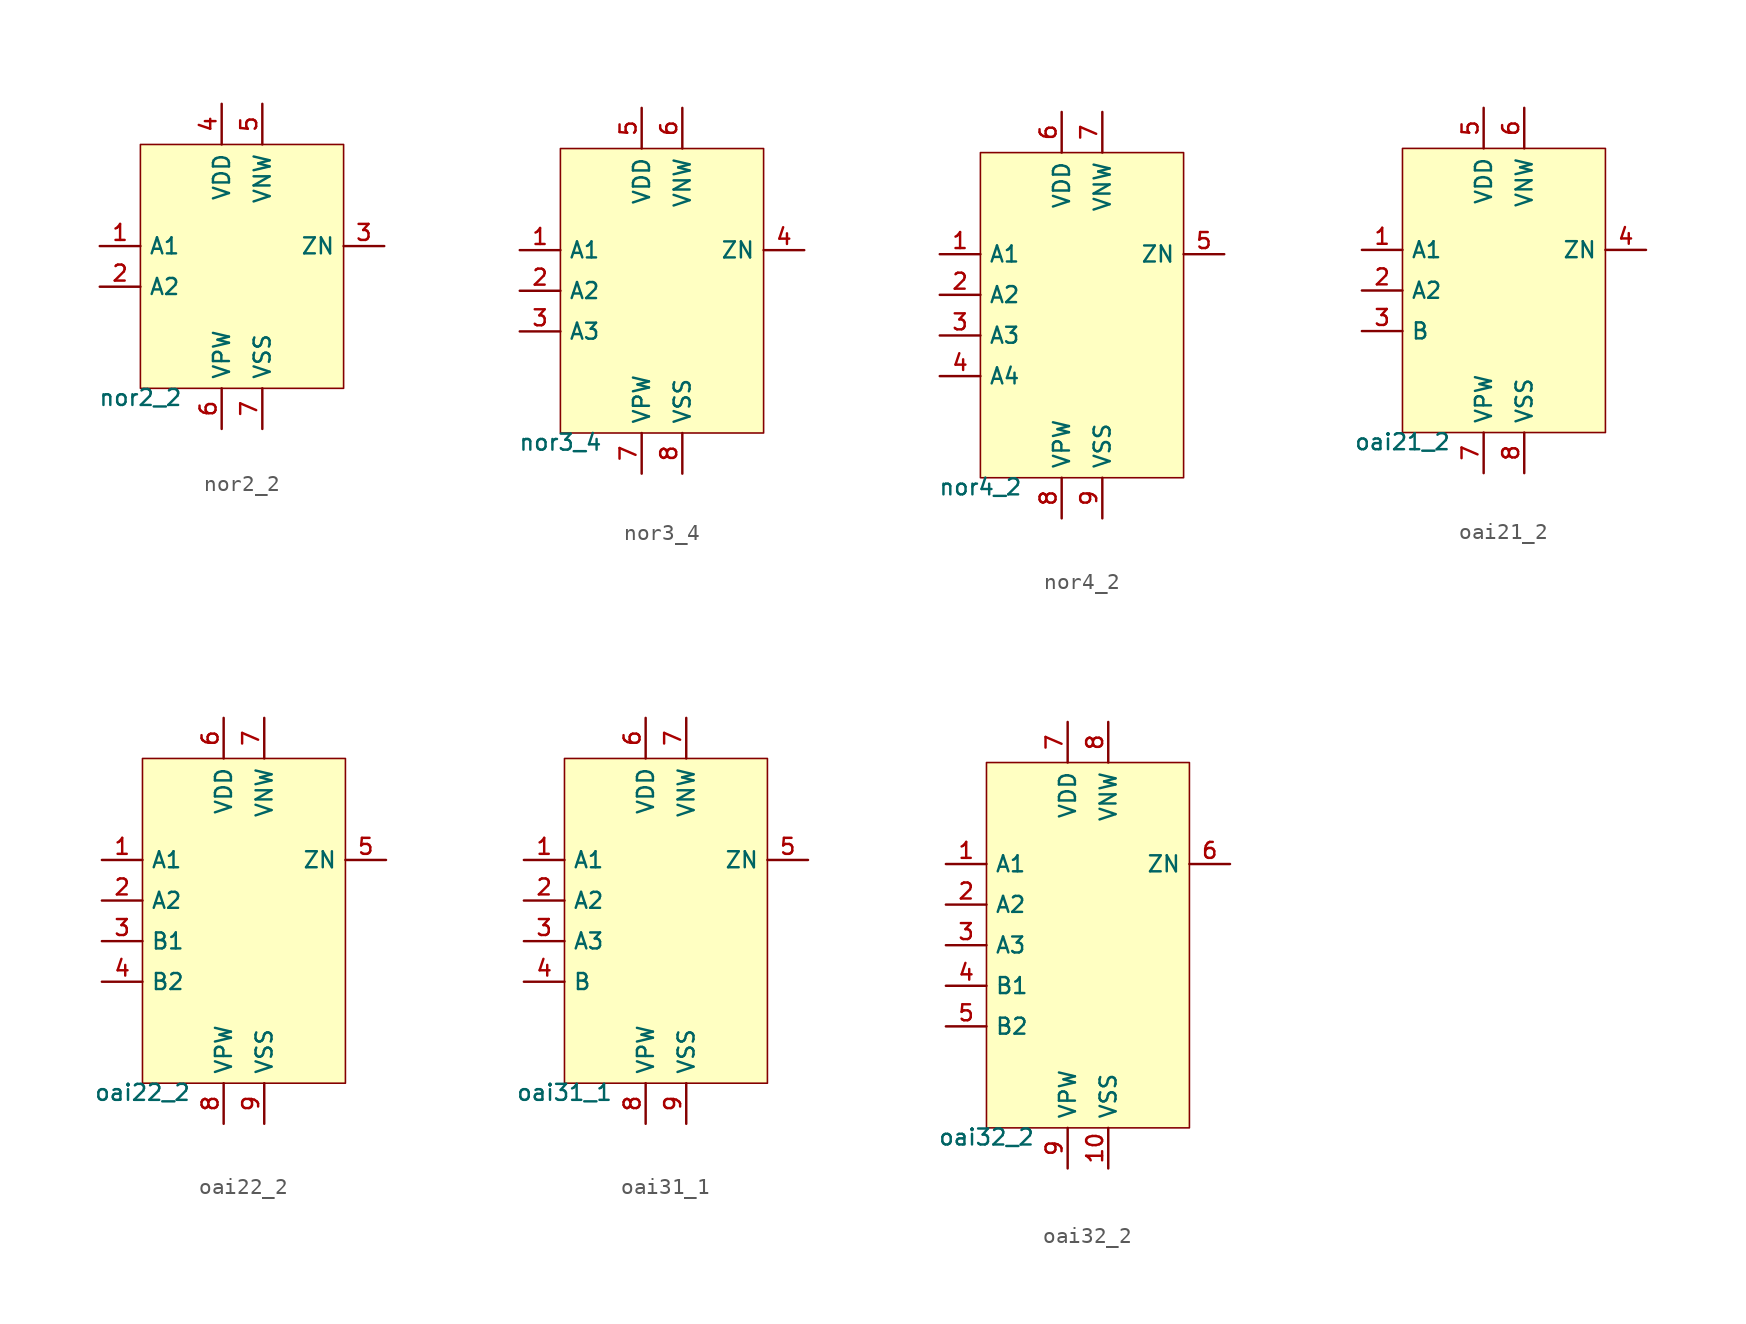
<source format=kicad_sym>
(kicad_symbol_lib
  (version 20211014)
  (generator pdk2kicad)
  (symbol "nor2_2"
    (property "Reference" "X"
      (at 0 0 0)
      (effects (font (size 1 1)) hide))
    (property "Value" "nor2_2"
      (at -6.35 -7.62 0)
      (effects (font (size 1 1)) (justify top)))
    (rectangle
      (start -6.35 -7.62)
      (end 6.35 7.62)
      (stroke (width 0.1) (type solid) (color 0 0 0 0))
      (fill (type background)))
    (pin input line
      (at -8.89 1.27 0)
      (length 2.54)
      (name "A1" (effects (font (size 1 1)) hide))
      (number "1" (effects (font (size 1 1)) hide)))
    (pin input line
      (at -8.89 -1.27 0)
      (length 2.54)
      (name "A2" (effects (font (size 1 1)) hide))
      (number "2" (effects (font (size 1 1)) hide)))
    (pin output line
      (at 8.89 1.27 180)
      (length 2.54)
      (name "ZN" (effects (font (size 1 1)) hide))
      (number "3" (effects (font (size 1 1)) hide)))
    (pin power_in line
      (at -1.27 10.16 270)
      (length 2.54)
      (name "VDD" (effects (font (size 1 1)) hide))
      (number "4" (effects (font (size 1 1)) hide)))
    (pin power_in line
      (at 1.27 10.16 270)
      (length 2.54)
      (name "VNW" (effects (font (size 1 1)) hide))
      (number "5" (effects (font (size 1 1)) hide)))
    (pin power_in line
      (at -1.27 -10.16 90)
      (length 2.54)
      (name "VPW" (effects (font (size 1 1)) hide))
      (number "6" (effects (font (size 1 1)) hide)))
    (pin power_in line
      (at 1.27 -10.16 90)
      (length 2.54)
      (name "VSS" (effects (font (size 1 1)) hide))
      (number "7" (effects (font (size 1 1)) hide))))
  (symbol "nor3_4"
    (property "Reference" "X"
      (at 0 0 0)
      (effects (font (size 1 1)) hide))
    (property "Value" "nor3_4"
      (at -6.35 -8.89 0)
      (effects (font (size 1 1)) (justify top)))
    (rectangle
      (start -6.35 -8.89)
      (end 6.35 8.89)
      (stroke (width 0.1) (type solid) (color 0 0 0 0))
      (fill (type background)))
    (pin input line
      (at -8.89 2.54 0)
      (length 2.54)
      (name "A1" (effects (font (size 1 1)) hide))
      (number "1" (effects (font (size 1 1)) hide)))
    (pin input line
      (at -8.89 4.440892098500626e-16 0)
      (length 2.54)
      (name "A2" (effects (font (size 1 1)) hide))
      (number "2" (effects (font (size 1 1)) hide)))
    (pin input line
      (at -8.89 -2.54 0)
      (length 2.54)
      (name "A3" (effects (font (size 1 1)) hide))
      (number "3" (effects (font (size 1 1)) hide)))
    (pin output line
      (at 8.89 2.54 180)
      (length 2.54)
      (name "ZN" (effects (font (size 1 1)) hide))
      (number "4" (effects (font (size 1 1)) hide)))
    (pin power_in line
      (at -1.27 11.43 270)
      (length 2.54)
      (name "VDD" (effects (font (size 1 1)) hide))
      (number "5" (effects (font (size 1 1)) hide)))
    (pin power_in line
      (at 1.27 11.43 270)
      (length 2.54)
      (name "VNW" (effects (font (size 1 1)) hide))
      (number "6" (effects (font (size 1 1)) hide)))
    (pin power_in line
      (at -1.27 -11.43 90)
      (length 2.54)
      (name "VPW" (effects (font (size 1 1)) hide))
      (number "7" (effects (font (size 1 1)) hide)))
    (pin power_in line
      (at 1.27 -11.43 90)
      (length 2.54)
      (name "VSS" (effects (font (size 1 1)) hide))
      (number "8" (effects (font (size 1 1)) hide))))
  (symbol "nor4_2"
    (property "Reference" "X"
      (at 0 0 0)
      (effects (font (size 1 1)) hide))
    (property "Value" "nor4_2"
      (at -6.35 -10.16 0)
      (effects (font (size 1 1)) (justify top)))
    (rectangle
      (start -6.35 -10.16)
      (end 6.35 10.16)
      (stroke (width 0.1) (type solid) (color 0 0 0 0))
      (fill (type background)))
    (pin input line
      (at -8.89 3.81 0)
      (length 2.54)
      (name "A1" (effects (font (size 1 1)) hide))
      (number "1" (effects (font (size 1 1)) hide)))
    (pin input line
      (at -8.89 1.27 0)
      (length 2.54)
      (name "A2" (effects (font (size 1 1)) hide))
      (number "2" (effects (font (size 1 1)) hide)))
    (pin input line
      (at -8.89 -1.27 0)
      (length 2.54)
      (name "A3" (effects (font (size 1 1)) hide))
      (number "3" (effects (font (size 1 1)) hide)))
    (pin input line
      (at -8.89 -3.81 0)
      (length 2.54)
      (name "A4" (effects (font (size 1 1)) hide))
      (number "4" (effects (font (size 1 1)) hide)))
    (pin output line
      (at 8.89 3.81 180)
      (length 2.54)
      (name "ZN" (effects (font (size 1 1)) hide))
      (number "5" (effects (font (size 1 1)) hide)))
    (pin power_in line
      (at -1.27 12.7 270)
      (length 2.54)
      (name "VDD" (effects (font (size 1 1)) hide))
      (number "6" (effects (font (size 1 1)) hide)))
    (pin power_in line
      (at 1.27 12.7 270)
      (length 2.54)
      (name "VNW" (effects (font (size 1 1)) hide))
      (number "7" (effects (font (size 1 1)) hide)))
    (pin power_in line
      (at -1.27 -12.7 90)
      (length 2.54)
      (name "VPW" (effects (font (size 1 1)) hide))
      (number "8" (effects (font (size 1 1)) hide)))
    (pin power_in line
      (at 1.27 -12.7 90)
      (length 2.54)
      (name "VSS" (effects (font (size 1 1)) hide))
      (number "9" (effects (font (size 1 1)) hide))))
  (symbol "oai21_2"
    (property "Reference" "X"
      (at 0 0 0)
      (effects (font (size 1 1)) hide))
    (property "Value" "oai21_2"
      (at -6.35 -8.89 0)
      (effects (font (size 1 1)) (justify top)))
    (rectangle
      (start -6.35 -8.89)
      (end 6.35 8.89)
      (stroke (width 0.1) (type solid) (color 0 0 0 0))
      (fill (type background)))
    (pin input line
      (at -8.89 2.54 0)
      (length 2.54)
      (name "A1" (effects (font (size 1 1)) hide))
      (number "1" (effects (font (size 1 1)) hide)))
    (pin input line
      (at -8.89 4.440892098500626e-16 0)
      (length 2.54)
      (name "A2" (effects (font (size 1 1)) hide))
      (number "2" (effects (font (size 1 1)) hide)))
    (pin input line
      (at -8.89 -2.54 0)
      (length 2.54)
      (name "B" (effects (font (size 1 1)) hide))
      (number "3" (effects (font (size 1 1)) hide)))
    (pin output line
      (at 8.89 2.54 180)
      (length 2.54)
      (name "ZN" (effects (font (size 1 1)) hide))
      (number "4" (effects (font (size 1 1)) hide)))
    (pin power_in line
      (at -1.27 11.43 270)
      (length 2.54)
      (name "VDD" (effects (font (size 1 1)) hide))
      (number "5" (effects (font (size 1 1)) hide)))
    (pin power_in line
      (at 1.27 11.43 270)
      (length 2.54)
      (name "VNW" (effects (font (size 1 1)) hide))
      (number "6" (effects (font (size 1 1)) hide)))
    (pin power_in line
      (at -1.27 -11.43 90)
      (length 2.54)
      (name "VPW" (effects (font (size 1 1)) hide))
      (number "7" (effects (font (size 1 1)) hide)))
    (pin power_in line
      (at 1.27 -11.43 90)
      (length 2.54)
      (name "VSS" (effects (font (size 1 1)) hide))
      (number "8" (effects (font (size 1 1)) hide))))
  (symbol "oai22_2"
    (property "Reference" "X"
      (at 0 0 0)
      (effects (font (size 1 1)) hide))
    (property "Value" "oai22_2"
      (at -6.35 -10.16 0)
      (effects (font (size 1 1)) (justify top)))
    (rectangle
      (start -6.35 -10.16)
      (end 6.35 10.16)
      (stroke (width 0.1) (type solid) (color 0 0 0 0))
      (fill (type background)))
    (pin input line
      (at -8.89 3.81 0)
      (length 2.54)
      (name "A1" (effects (font (size 1 1)) hide))
      (number "1" (effects (font (size 1 1)) hide)))
    (pin input line
      (at -8.89 1.27 0)
      (length 2.54)
      (name "A2" (effects (font (size 1 1)) hide))
      (number "2" (effects (font (size 1 1)) hide)))
    (pin input line
      (at -8.89 -1.27 0)
      (length 2.54)
      (name "B1" (effects (font (size 1 1)) hide))
      (number "3" (effects (font (size 1 1)) hide)))
    (pin input line
      (at -8.89 -3.81 0)
      (length 2.54)
      (name "B2" (effects (font (size 1 1)) hide))
      (number "4" (effects (font (size 1 1)) hide)))
    (pin output line
      (at 8.89 3.81 180)
      (length 2.54)
      (name "ZN" (effects (font (size 1 1)) hide))
      (number "5" (effects (font (size 1 1)) hide)))
    (pin power_in line
      (at -1.27 12.7 270)
      (length 2.54)
      (name "VDD" (effects (font (size 1 1)) hide))
      (number "6" (effects (font (size 1 1)) hide)))
    (pin power_in line
      (at 1.27 12.7 270)
      (length 2.54)
      (name "VNW" (effects (font (size 1 1)) hide))
      (number "7" (effects (font (size 1 1)) hide)))
    (pin power_in line
      (at -1.27 -12.7 90)
      (length 2.54)
      (name "VPW" (effects (font (size 1 1)) hide))
      (number "8" (effects (font (size 1 1)) hide)))
    (pin power_in line
      (at 1.27 -12.7 90)
      (length 2.54)
      (name "VSS" (effects (font (size 1 1)) hide))
      (number "9" (effects (font (size 1 1)) hide))))
  (symbol "oai31_1"
    (property "Reference" "X"
      (at 0 0 0)
      (effects (font (size 1 1)) hide))
    (property "Value" "oai31_1"
      (at -6.35 -10.16 0)
      (effects (font (size 1 1)) (justify top)))
    (rectangle
      (start -6.35 -10.16)
      (end 6.35 10.16)
      (stroke (width 0.1) (type solid) (color 0 0 0 0))
      (fill (type background)))
    (pin input line
      (at -8.89 3.81 0)
      (length 2.54)
      (name "A1" (effects (font (size 1 1)) hide))
      (number "1" (effects (font (size 1 1)) hide)))
    (pin input line
      (at -8.89 1.27 0)
      (length 2.54)
      (name "A2" (effects (font (size 1 1)) hide))
      (number "2" (effects (font (size 1 1)) hide)))
    (pin input line
      (at -8.89 -1.27 0)
      (length 2.54)
      (name "A3" (effects (font (size 1 1)) hide))
      (number "3" (effects (font (size 1 1)) hide)))
    (pin input line
      (at -8.89 -3.81 0)
      (length 2.54)
      (name "B" (effects (font (size 1 1)) hide))
      (number "4" (effects (font (size 1 1)) hide)))
    (pin output line
      (at 8.89 3.81 180)
      (length 2.54)
      (name "ZN" (effects (font (size 1 1)) hide))
      (number "5" (effects (font (size 1 1)) hide)))
    (pin power_in line
      (at -1.27 12.7 270)
      (length 2.54)
      (name "VDD" (effects (font (size 1 1)) hide))
      (number "6" (effects (font (size 1 1)) hide)))
    (pin power_in line
      (at 1.27 12.7 270)
      (length 2.54)
      (name "VNW" (effects (font (size 1 1)) hide))
      (number "7" (effects (font (size 1 1)) hide)))
    (pin power_in line
      (at -1.27 -12.7 90)
      (length 2.54)
      (name "VPW" (effects (font (size 1 1)) hide))
      (number "8" (effects (font (size 1 1)) hide)))
    (pin power_in line
      (at 1.27 -12.7 90)
      (length 2.54)
      (name "VSS" (effects (font (size 1 1)) hide))
      (number "9" (effects (font (size 1 1)) hide))))
  (symbol "oai32_2"
    (property "Reference" "X"
      (at 0 0 0)
      (effects (font (size 1 1)) hide))
    (property "Value" "oai32_2"
      (at -6.35 -11.43 0)
      (effects (font (size 1 1)) (justify top)))
    (rectangle
      (start -6.35 -11.43)
      (end 6.35 11.43)
      (stroke (width 0.1) (type solid) (color 0 0 0 0))
      (fill (type background)))
    (pin input line
      (at -8.89 5.08 0)
      (length 2.54)
      (name "A1" (effects (font (size 1 1)) hide))
      (number "1" (effects (font (size 1 1)) hide)))
    (pin input line
      (at -8.89 2.54 0)
      (length 2.54)
      (name "A2" (effects (font (size 1 1)) hide))
      (number "2" (effects (font (size 1 1)) hide)))
    (pin input line
      (at -8.89 -4.440892098500626e-16 0)
      (length 2.54)
      (name "A3" (effects (font (size 1 1)) hide))
      (number "3" (effects (font (size 1 1)) hide)))
    (pin input line
      (at -8.89 -2.54 0)
      (length 2.54)
      (name "B1" (effects (font (size 1 1)) hide))
      (number "4" (effects (font (size 1 1)) hide)))
    (pin input line
      (at -8.89 -5.08 0)
      (length 2.54)
      (name "B2" (effects (font (size 1 1)) hide))
      (number "5" (effects (font (size 1 1)) hide)))
    (pin output line
      (at 8.89 5.08 180)
      (length 2.54)
      (name "ZN" (effects (font (size 1 1)) hide))
      (number "6" (effects (font (size 1 1)) hide)))
    (pin power_in line
      (at -1.27 13.97 270)
      (length 2.54)
      (name "VDD" (effects (font (size 1 1)) hide))
      (number "7" (effects (font (size 1 1)) hide)))
    (pin power_in line
      (at 1.27 13.97 270)
      (length 2.54)
      (name "VNW" (effects (font (size 1 1)) hide))
      (number "8" (effects (font (size 1 1)) hide)))
    (pin power_in line
      (at -1.27 -13.97 90)
      (length 2.54)
      (name "VPW" (effects (font (size 1 1)) hide))
      (number "9" (effects (font (size 1 1)) hide)))
    (pin power_in line
      (at 1.27 -13.97 90)
      (length 2.54)
      (name "VSS" (effects (font (size 1 1)) hide))
      (number "10" (effects (font (size 1 1)) hide)))))
</source>
